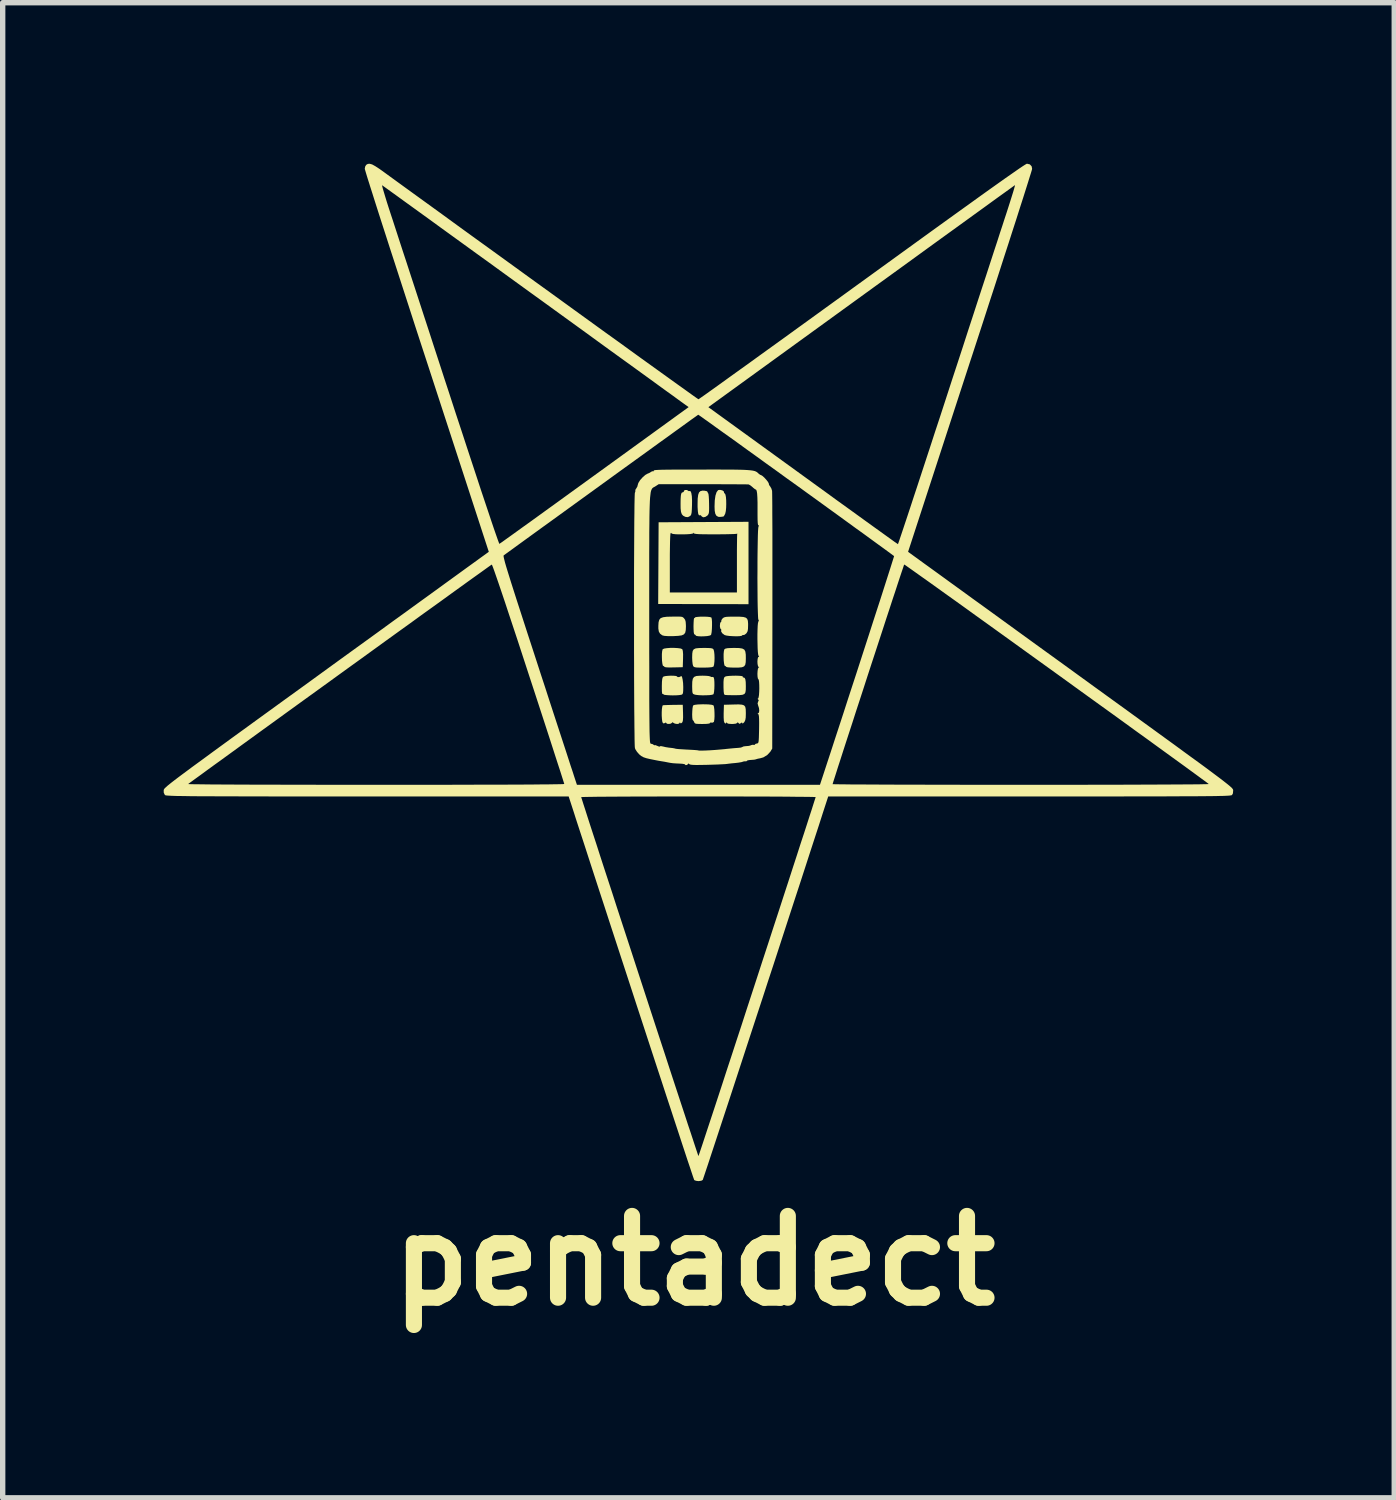
<source format=kicad_pcb>
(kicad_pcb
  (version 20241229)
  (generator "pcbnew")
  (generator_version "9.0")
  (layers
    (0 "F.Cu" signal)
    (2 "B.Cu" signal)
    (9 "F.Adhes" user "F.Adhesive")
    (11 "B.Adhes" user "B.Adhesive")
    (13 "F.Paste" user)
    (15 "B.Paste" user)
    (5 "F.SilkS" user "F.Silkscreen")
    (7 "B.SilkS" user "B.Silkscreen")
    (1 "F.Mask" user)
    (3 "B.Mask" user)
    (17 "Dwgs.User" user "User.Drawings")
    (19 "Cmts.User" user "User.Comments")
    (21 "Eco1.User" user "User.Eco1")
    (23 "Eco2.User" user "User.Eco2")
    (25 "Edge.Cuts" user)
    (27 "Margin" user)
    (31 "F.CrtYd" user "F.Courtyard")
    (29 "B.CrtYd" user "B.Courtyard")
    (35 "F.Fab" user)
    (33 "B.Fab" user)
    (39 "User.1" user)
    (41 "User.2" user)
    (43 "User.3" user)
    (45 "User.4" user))
  (footprint "pentadect"
    (layer "F.Cu")
    (at 9.963 9.439)
    (property "Reference" "pentadect" (at -0.076 11 0) (layer "F.SilkS") (effects (font (size 1.524 1.524) (thickness 0.3))))
    (attr board_only exclude_from_pos_files exclude_from_bom)
    (fp_poly (pts (xy -0.387 -0.414) (xy -0.334 -0.407) (xy -0.303 -0.395) (xy -0.301 -0.393) (xy -0.291 -0.362) (xy -0.286 -0.301) (xy -0.287 -0.214) (xy -0.292 -0.058) (xy -0.463 -0.054) (xy -0.548 -0.053) (xy -0.605 -0.056) (xy -0.632 -0.063) (xy -0.633 -0.066) (xy -0.646 -0.079) (xy -0.654 -0.079) (xy -0.665 -0.092) (xy -0.673 -0.13) (xy -0.679 -0.183) (xy -0.681 -0.245) (xy -0.681 -0.305) (xy -0.676 -0.356) (xy -0.668 -0.389) (xy -0.665 -0.393) (xy -0.639 -0.405) (xy -0.588 -0.413) (xy -0.523 -0.418) (xy -0.453 -0.418)) (stroke (width 0) (type solid)) (fill yes) (layer "F.SilkS"))
    (fp_poly (pts (xy 0.448 -3.351) (xy 0.472 -3.334) (xy 0.476 -3.318) (xy 0.48 -3.301) (xy 0.492 -3.294) (xy 0.503 -3.274) (xy 0.512 -3.229) (xy 0.517 -3.167) (xy 0.518 -3.097) (xy 0.516 -3.028) (xy 0.51 -2.967) (xy 0.5 -2.923) (xy 0.496 -2.912) (xy 0.48 -2.883) (xy 0.475 -2.872) (xy 0.461 -2.865) (xy 0.428 -2.86) (xy 0.391 -2.858) (xy 0.367 -2.861) (xy 0.334 -2.881) (xy 0.314 -2.917) (xy 0.303 -2.973) (xy 0.3 -3.052) (xy 0.304 -3.165) (xy 0.317 -3.255) (xy 0.338 -3.32) (xy 0.365 -3.355) (xy 0.376 -3.36) (xy 0.412 -3.361)) (stroke (width 0) (type solid)) (fill yes) (layer "F.SilkS"))
    (fp_poly (pts (xy 0.756 -0.415) (xy 0.816 -0.406) (xy 0.854 -0.386) (xy 0.874 -0.349) (xy 0.882 -0.292) (xy 0.883 -0.225) (xy 0.881 -0.152) (xy 0.872 -0.103) (xy 0.85 -0.073) (xy 0.811 -0.057) (xy 0.748 -0.051) (xy 0.677 -0.05) (xy 0.602 -0.052) (xy 0.548 -0.056) (xy 0.519 -0.063) (xy 0.517 -0.067) (xy 0.504 -0.079) (xy 0.496 -0.079) (xy 0.485 -0.092) (xy 0.477 -0.13) (xy 0.471 -0.183) (xy 0.469 -0.245) (xy 0.469 -0.305) (xy 0.474 -0.356) (xy 0.482 -0.389) (xy 0.485 -0.393) (xy 0.505 -0.405) (xy 0.547 -0.413) (xy 0.614 -0.416) (xy 0.668 -0.417)) (stroke (width 0) (type solid)) (fill yes) (layer "F.SilkS"))
    (fp_poly (pts (xy -0.327 -0.999) (xy -0.303 -0.995) (xy -0.288 -0.987) (xy -0.274 -0.975) (xy -0.267 -0.967) (xy -0.248 -0.941) (xy -0.238 -0.904) (xy -0.234 -0.848) (xy -0.233 -0.819) (xy -0.236 -0.75) (xy -0.246 -0.702) (xy -0.27 -0.67) (xy -0.312 -0.651) (xy -0.377 -0.642) (xy -0.47 -0.637) (xy -0.473 -0.637) (xy -0.568 -0.637) (xy -0.636 -0.642) (xy -0.674 -0.652) (xy -0.675 -0.653) (xy -0.715 -0.683) (xy -0.738 -0.722) (xy -0.747 -0.778) (xy -0.747 -0.829) (xy -0.743 -0.895) (xy -0.73 -0.942) (xy -0.704 -0.972) (xy -0.658 -0.989) (xy -0.589 -0.998) (xy -0.508 -1) (xy -0.423 -1.001) (xy -0.364 -1.001)) (stroke (width 0) (type solid)) (fill yes) (layer "F.SilkS"))
    (fp_poly (pts (xy -0.2 -3.35) (xy -0.178 -3.338) (xy -0.168 -3.341) (xy -0.148 -3.338) (xy -0.133 -3.305) (xy -0.123 -3.244) (xy -0.119 -3.158) (xy -0.12 -3.078) (xy -0.123 -2.996) (xy -0.127 -2.941) (xy -0.134 -2.906) (xy -0.145 -2.885) (xy -0.157 -2.874) (xy -0.196 -2.854) (xy -0.235 -2.857) (xy -0.25 -2.862) (xy -0.286 -2.881) (xy -0.31 -2.909) (xy -0.325 -2.952) (xy -0.332 -3.017) (xy -0.333 -3.098) (xy -0.332 -3.189) (xy -0.328 -3.252) (xy -0.321 -3.29) (xy -0.309 -3.311) (xy -0.291 -3.317) (xy -0.289 -3.317) (xy -0.273 -3.325) (xy -0.274 -3.332) (xy -0.269 -3.348) (xy -0.248 -3.359) (xy -0.213 -3.36)) (stroke (width 0) (type solid)) (fill yes) (layer "F.SilkS"))
    (fp_poly (pts (xy 0.109 -3.347) (xy 0.154 -3.338) (xy 0.171 -3.323) (xy 0.171 -3.321) (xy 0.176 -3.302) (xy 0.181 -3.3) (xy 0.187 -3.284) (xy 0.192 -3.242) (xy 0.196 -3.18) (xy 0.198 -3.109) (xy 0.199 -3.026) (xy 0.198 -2.968) (xy 0.194 -2.931) (xy 0.185 -2.907) (xy 0.171 -2.888) (xy 0.168 -2.884) (xy 0.128 -2.858) (xy 0.089 -2.851) (xy 0.061 -2.867) (xy 0.056 -2.875) (xy 0.04 -2.891) (xy 0.03 -2.889) (xy 0.011 -2.888) (xy -0.003 -2.912) (xy -0.011 -2.963) (xy -0.016 -3.044) (xy -0.016 -3.1) (xy -0.014 -3.199) (xy -0.005 -3.269) (xy 0.011 -3.314) (xy 0.038 -3.339) (xy 0.078 -3.348)) (stroke (width 0) (type solid)) (fill yes) (layer "F.SilkS"))
    (fp_poly (pts (xy 0.177 -0.416) (xy 0.227 -0.413) (xy 0.258 -0.407) (xy 0.275 -0.396) (xy 0.283 -0.384) (xy 0.292 -0.349) (xy 0.298 -0.295) (xy 0.3 -0.23) (xy 0.298 -0.165) (xy 0.292 -0.11) (xy 0.283 -0.075) (xy 0.28 -0.07) (xy 0.251 -0.059) (xy 0.192 -0.053) (xy 0.103 -0.05) (xy 0.089 -0.05) (xy 0.011 -0.051) (xy -0.041 -0.053) (xy -0.072 -0.059) (xy -0.09 -0.069) (xy -0.099 -0.082) (xy -0.108 -0.114) (xy -0.114 -0.168) (xy -0.117 -0.233) (xy -0.117 -0.239) (xy -0.115 -0.312) (xy -0.107 -0.361) (xy -0.087 -0.392) (xy -0.049 -0.409) (xy 0.011 -0.415) (xy 0.099 -0.417) (xy 0.101 -0.417)) (stroke (width 0) (type solid)) (fill yes) (layer "F.SilkS"))
    (fp_poly (pts (xy 0.144 0.102) (xy 0.194 0.107) (xy 0.222 0.115) (xy 0.225 0.117) (xy 0.246 0.126) (xy 0.253 0.123) (xy 0.275 0.125) (xy 0.285 0.135) (xy 0.293 0.164) (xy 0.297 0.216) (xy 0.298 0.279) (xy 0.296 0.344) (xy 0.291 0.401) (xy 0.283 0.438) (xy 0.279 0.446) (xy 0.256 0.455) (xy 0.208 0.462) (xy 0.144 0.465) (xy 0.075 0.466) (xy 0.008 0.463) (xy -0.048 0.457) (xy -0.079 0.449) (xy -0.098 0.44) (xy -0.109 0.423) (xy -0.114 0.392) (xy -0.116 0.34) (xy -0.117 0.295) (xy -0.115 0.212) (xy -0.105 0.157) (xy -0.081 0.123) (xy -0.039 0.106) (xy 0.028 0.101) (xy 0.079 0.1)) (stroke (width 0) (type solid)) (fill yes) (layer "F.SilkS"))
    (fp_poly (pts (xy 0.756 0.102) (xy 0.8 0.106) (xy 0.824 0.112) (xy 0.825 0.117) (xy 0.828 0.131) (xy 0.839 0.133) (xy 0.86 0.141) (xy 0.874 0.168) (xy 0.881 0.218) (xy 0.883 0.294) (xy 0.882 0.365) (xy 0.875 0.412) (xy 0.857 0.441) (xy 0.821 0.456) (xy 0.764 0.462) (xy 0.68 0.464) (xy 0.606 0.463) (xy 0.544 0.462) (xy 0.501 0.459) (xy 0.487 0.456) (xy 0.476 0.438) (xy 0.47 0.393) (xy 0.467 0.318) (xy 0.467 0.291) (xy 0.467 0.216) (xy 0.471 0.168) (xy 0.477 0.14) (xy 0.489 0.124) (xy 0.499 0.117) (xy 0.528 0.109) (xy 0.576 0.104) (xy 0.636 0.101) (xy 0.699 0.1)) (stroke (width 0) (type solid)) (fill yes) (layer "F.SilkS"))
    (fp_poly (pts (xy 0.163 -0.998) (xy 0.211 -0.993) (xy 0.239 -0.985) (xy 0.242 -0.982) (xy 0.249 -0.953) (xy 0.253 -0.902) (xy 0.253 -0.838) (xy 0.251 -0.771) (xy 0.246 -0.712) (xy 0.238 -0.67) (xy 0.233 -0.658) (xy 0.209 -0.647) (xy 0.164 -0.638) (xy 0.108 -0.634) (xy 0.049 -0.632) (xy -0.003 -0.635) (xy -0.039 -0.641) (xy -0.05 -0.65) (xy -0.063 -0.665) (xy -0.071 -0.667) (xy -0.081 -0.677) (xy -0.088 -0.711) (xy -0.091 -0.772) (xy -0.092 -0.823) (xy -0.09 -0.89) (xy -0.087 -0.941) (xy -0.082 -0.969) (xy -0.079 -0.972) (xy -0.067 -0.977) (xy -0.067 -0.982) (xy -0.052 -0.991) (xy -0.012 -0.996) (xy 0.043 -1) (xy 0.104 -1)) (stroke (width 0) (type solid)) (fill yes) (layer "F.SilkS"))
    (fp_poly (pts (xy 0.183 0.635) (xy 0.246 0.642) (xy 0.278 0.652) (xy 0.28 0.653) (xy 0.289 0.679) (xy 0.296 0.728) (xy 0.299 0.789) (xy 0.3 0.854) (xy 0.297 0.912) (xy 0.29 0.953) (xy 0.286 0.963) (xy 0.261 0.976) (xy 0.244 0.974) (xy 0.221 0.973) (xy 0.217 0.982) (xy 0.2 0.992) (xy 0.152 0.998) (xy 0.073 1) (xy 0.004 0.999) (xy -0.04 0.996) (xy -0.064 0.989) (xy -0.075 0.976) (xy -0.079 0.967) (xy -0.092 0.94) (xy -0.102 0.933) (xy -0.11 0.918) (xy -0.115 0.879) (xy -0.117 0.826) (xy -0.115 0.767) (xy -0.111 0.712) (xy -0.104 0.671) (xy -0.097 0.653) (xy -0.068 0.643) (xy -0.009 0.636) (xy 0.079 0.633) (xy 0.092 0.633)) (stroke (width 0) (type solid)) (fill yes) (layer "F.SilkS"))
    (fp_poly (pts (xy -0.287 0.796) (xy -0.286 0.876) (xy -0.289 0.93) (xy -0.297 0.962) (xy -0.306 0.975) (xy -0.328 0.99) (xy -0.339 0.979) (xy -0.347 0.967) (xy -0.349 0.979) (xy -0.364 0.994) (xy -0.397 1) (xy -0.439 0.993) (xy -0.465 0.979) (xy -0.485 0.967) (xy -0.495 0.979) (xy -0.514 0.993) (xy -0.547 0.999) (xy -0.58 0.997) (xy -0.599 0.985) (xy -0.6 0.981) (xy -0.607 0.971) (xy -0.622 0.981) (xy -0.648 0.99) (xy -0.664 0.98) (xy -0.674 0.954) (xy -0.68 0.907) (xy -0.684 0.847) (xy -0.684 0.782) (xy -0.681 0.722) (xy -0.674 0.676) (xy -0.665 0.652) (xy -0.662 0.651) (xy -0.638 0.649) (xy -0.588 0.647) (xy -0.521 0.645) (xy -0.467 0.644) (xy -0.292 0.642)) (stroke (width 0) (type solid)) (fill yes) (layer "F.SilkS"))
    (fp_poly (pts (xy 0.811 0.64) (xy 0.85 0.653) (xy 0.872 0.68) (xy 0.881 0.724) (xy 0.883 0.79) (xy 0.883 0.81) (xy 0.881 0.88) (xy 0.873 0.927) (xy 0.858 0.959) (xy 0.851 0.969) (xy 0.827 0.991) (xy 0.817 0.987) (xy 0.817 0.985) (xy 0.812 0.971) (xy 0.794 0.981) (xy 0.79 0.984) (xy 0.766 0.998) (xy 0.748 0.984) (xy 0.747 0.982) (xy 0.732 0.968) (xy 0.722 0.979) (xy 0.7 0.993) (xy 0.65 0.999) (xy 0.624 1) (xy 0.564 0.996) (xy 0.536 0.986) (xy 0.533 0.979) (xy 0.529 0.967) (xy 0.519 0.98) (xy 0.504 0.993) (xy 0.485 0.977) (xy 0.474 0.944) (xy 0.47 0.879) (xy 0.47 0.798) (xy 0.475 0.642) (xy 0.658 0.637) (xy 0.748 0.635)) (stroke (width 0) (type solid)) (fill yes) (layer "F.SilkS"))
    (fp_poly (pts (xy -0.463 0.101) (xy -0.421 0.105) (xy -0.401 0.112) (xy -0.4 0.114) (xy -0.387 0.126) (xy -0.36 0.126) (xy -0.335 0.116) (xy -0.33 0.111) (xy -0.317 0.106) (xy -0.304 0.13) (xy -0.294 0.175) (xy -0.286 0.237) (xy -0.283 0.311) (xy -0.283 0.316) (xy -0.284 0.382) (xy -0.288 0.421) (xy -0.296 0.443) (xy -0.311 0.453) (xy -0.321 0.456) (xy -0.361 0.462) (xy -0.417 0.466) (xy -0.481 0.467) (xy -0.545 0.465) (xy -0.6 0.461) (xy -0.638 0.456) (xy -0.65 0.449) (xy -0.66 0.439) (xy -0.668 0.442) (xy -0.676 0.433) (xy -0.681 0.393) (xy -0.682 0.321) (xy -0.682 0.293) (xy -0.68 0.216) (xy -0.675 0.166) (xy -0.668 0.137) (xy -0.656 0.12) (xy -0.649 0.116) (xy -0.619 0.108) (xy -0.572 0.103) (xy -0.516 0.1)) (stroke (width 0) (type solid)) (fill yes) (layer "F.SilkS"))
    (fp_poly (pts (xy 0.769 -0.999) (xy 0.837 -0.994) (xy 0.882 -0.981) (xy 0.908 -0.959) (xy 0.921 -0.922) (xy 0.925 -0.869) (xy 0.925 -0.838) (xy 0.923 -0.772) (xy 0.916 -0.729) (xy 0.9 -0.699) (xy 0.889 -0.685) (xy 0.859 -0.662) (xy 0.836 -0.657) (xy 0.835 -0.658) (xy 0.818 -0.657) (xy 0.817 -0.651) (xy 0.802 -0.642) (xy 0.762 -0.636) (xy 0.706 -0.634) (xy 0.642 -0.636) (xy 0.579 -0.64) (xy 0.525 -0.647) (xy 0.488 -0.657) (xy 0.485 -0.659) (xy 0.444 -0.69) (xy 0.423 -0.724) (xy 0.425 -0.75) (xy 0.424 -0.765) (xy 0.418 -0.767) (xy 0.407 -0.781) (xy 0.4 -0.818) (xy 0.4 -0.833) (xy 0.404 -0.875) (xy 0.414 -0.898) (xy 0.418 -0.9) (xy 0.428 -0.91) (xy 0.425 -0.916) (xy 0.429 -0.938) (xy 0.449 -0.966) (xy 0.468 -0.981) (xy 0.492 -0.991) (xy 0.528 -0.997) (xy 0.584 -0.999) (xy 0.665 -1) (xy 0.672 -1)) (stroke (width 0) (type solid)) (fill yes) (layer "F.SilkS"))
    (fp_poly (pts (xy 0.933 -1.232) (xy -0.75 -1.236) (xy -0.749 -1.45) (xy -0.533 -1.45) (xy 0.717 -1.45) (xy 0.717 -1.982) (xy 0.717 -2.113) (xy 0.717 -2.233) (xy 0.718 -2.339) (xy 0.719 -2.426) (xy 0.72 -2.491) (xy 0.722 -2.529) (xy 0.722 -2.536) (xy 0.724 -2.549) (xy 0.721 -2.546) (xy 0.703 -2.542) (xy 0.656 -2.539) (xy 0.586 -2.537) (xy 0.496 -2.535) (xy 0.391 -2.534) (xy 0.315 -2.533) (xy 0.183 -2.534) (xy 0.082 -2.535) (xy 0.007 -2.537) (xy -0.043 -2.541) (xy -0.073 -2.546) (xy -0.084 -2.552) (xy -0.085 -2.554) (xy -0.088 -2.566) (xy -0.094 -2.554) (xy -0.113 -2.546) (xy -0.156 -2.539) (xy -0.216 -2.535) (xy -0.286 -2.533) (xy -0.356 -2.533) (xy -0.42 -2.535) (xy -0.469 -2.54) (xy -0.497 -2.547) (xy -0.5 -2.551) (xy -0.51 -2.561) (xy -0.517 -2.558) (xy -0.522 -2.539) (xy -0.526 -2.487) (xy -0.529 -2.405) (xy -0.531 -2.295) (xy -0.533 -2.158) (xy -0.533 -1.999) (xy -0.533 -1.45) (xy -0.749 -1.45) (xy -0.746 -1.997) (xy -0.742 -2.758) (xy 0.933 -2.767)) (stroke (width 0) (type solid)) (fill yes) (layer "F.SilkS"))
    (fp_poly (pts (xy 0.467 -3.74) (xy 0.611 -3.74) (xy 0.73 -3.738) (xy 0.827 -3.736) (xy 0.904 -3.732) (xy 0.965 -3.727) (xy 1.011 -3.721) (xy 1.046 -3.713) (xy 1.072 -3.703) (xy 1.092 -3.691) (xy 1.109 -3.676) (xy 1.117 -3.668) (xy 1.148 -3.644) (xy 1.167 -3.637) (xy 1.191 -3.623) (xy 1.226 -3.592) (xy 1.262 -3.553) (xy 1.293 -3.514) (xy 1.31 -3.484) (xy 1.311 -3.475) (xy 1.317 -3.452) (xy 1.335 -3.428) (xy 1.358 -3.389) (xy 1.372 -3.345) (xy 1.373 -3.322) (xy 1.374 -3.268) (xy 1.375 -3.184) (xy 1.376 -3.073) (xy 1.376 -2.936) (xy 1.377 -2.776) (xy 1.378 -2.594) (xy 1.378 -2.392) (xy 1.378 -2.172) (xy 1.378 -1.936) (xy 1.378 -1.686) (xy 1.378 -1.423) (xy 1.378 -1.151) (xy 1.378 -0.917) (xy 1.375 1.458) (xy 1.339 1.517) (xy 1.283 1.577) (xy 1.21 1.622) (xy 1.15 1.639) (xy 1.107 1.647) (xy 1.083 1.654) (xy 1.064 1.66) (xy 1.04 1.665) (xy 1.001 1.668) (xy 0.95 1.672) (xy 0.915 1.678) (xy 0.9 1.689) (xy 0.9 1.689) (xy 0.888 1.697) (xy 0.879 1.695) (xy 0.848 1.696) (xy 0.83 1.702) (xy 0.8 1.711) (xy 0.747 1.72) (xy 0.688 1.727) (xy 0.622 1.733) (xy 0.562 1.74) (xy 0.525 1.745) (xy 0.493 1.748) (xy 0.433 1.751) (xy 0.353 1.755) (xy 0.259 1.758) (xy 0.16 1.761) (xy 0.044 1.763) (xy -0.042 1.764) (xy -0.103 1.762) (xy -0.142 1.758) (xy -0.164 1.752) (xy -0.171 1.747) (xy -0.186 1.734) (xy -0.194 1.746) (xy -0.212 1.762) (xy -0.236 1.767) (xy -0.25 1.757) (xy -0.25 1.754) (xy -0.265 1.747) (xy -0.303 1.741) (xy -0.333 1.739) (xy -0.415 1.735) (xy -0.475 1.731) (xy -0.526 1.724) (xy -0.579 1.714) (xy -0.583 1.713) (xy -0.64 1.702) (xy -0.69 1.694) (xy -0.702 1.692) (xy -0.738 1.686) (xy -0.796 1.675) (xy -0.865 1.661) (xy -0.891 1.656) (xy -0.969 1.638) (xy -1.023 1.62) (xy -1.065 1.597) (xy -1.102 1.567) (xy -1.144 1.52) (xy -1.175 1.471) (xy -1.183 1.45) (xy -1.186 1.426) (xy -1.188 1.371) (xy -1.19 1.288) (xy -1.191 1.179) (xy -1.193 1.046) (xy -1.194 0.892) (xy -1.196 0.719) (xy -1.197 0.529) (xy -1.198 0.324) (xy -1.199 0.107) (xy -1.199 -0.12) (xy -1.2 -0.355) (xy -1.2 -0.595) (xy -1.2 -0.838) (xy -1.2 -1.082) (xy -1.2 -1.325) (xy -1.2 -1.564) (xy -1.2 -1.705) (xy -0.917 -1.705) (xy -0.917 -1.42) (xy -0.917 -1.103) (xy -0.917 -0.954) (xy -0.917 -0.63) (xy -0.917 -0.337) (xy -0.916 -0.074) (xy -0.916 0.16) (xy -0.916 0.368) (xy -0.916 0.55) (xy -0.915 0.709) (xy -0.914 0.846) (xy -0.913 0.962) (xy -0.912 1.06) (xy -0.911 1.141) (xy -0.909 1.206) (xy -0.907 1.257) (xy -0.905 1.296) (xy -0.903 1.325) (xy -0.9 1.345) (xy -0.897 1.357) (xy -0.893 1.364) (xy -0.889 1.366) (xy -0.887 1.367) (xy -0.85 1.377) (xy -0.837 1.387) (xy -0.82 1.398) (xy -0.817 1.395) (xy -0.804 1.393) (xy -0.773 1.405) (xy -0.767 1.408) (xy -0.734 1.421) (xy -0.717 1.42) (xy -0.717 1.418) (xy -0.703 1.411) (xy -0.664 1.419) (xy -0.662 1.419) (xy -0.612 1.431) (xy -0.549 1.441) (xy -0.528 1.443) (xy -0.477 1.449) (xy -0.441 1.456) (xy -0.433 1.459) (xy -0.411 1.463) (xy -0.364 1.468) (xy -0.297 1.472) (xy -0.217 1.477) (xy -0.213 1.477) (xy -0.134 1.481) (xy -0.068 1.485) (xy -0.022 1.489) (xy -0.001 1.493) (xy -0.001 1.493) (xy 0.019 1.496) (xy 0.066 1.496) (xy 0.134 1.494) (xy 0.217 1.49) (xy 0.308 1.484) (xy 0.403 1.476) (xy 0.494 1.468) (xy 0.517 1.465) (xy 0.596 1.457) (xy 0.67 1.45) (xy 0.727 1.446) (xy 0.75 1.444) (xy 0.792 1.439) (xy 0.817 1.429) (xy 0.819 1.428) (xy 0.841 1.418) (xy 0.882 1.413) (xy 0.894 1.412) (xy 0.941 1.408) (xy 0.975 1.398) (xy 0.979 1.395) (xy 1.011 1.387) (xy 1.025 1.389) (xy 1.046 1.39) (xy 1.05 1.384) (xy 1.064 1.37) (xy 1.087 1.364) (xy 1.102 1.361) (xy 1.112 1.353) (xy 1.119 1.335) (xy 1.123 1.303) (xy 1.126 1.251) (xy 1.128 1.174) (xy 1.13 1.093) (xy 1.131 0.986) (xy 1.13 0.908) (xy 1.127 0.856) (xy 1.121 0.826) (xy 1.113 0.814) (xy 1.1 0.803) (xy 1.113 0.8) (xy 1.128 0.786) (xy 1.133 0.75) (xy 1.128 0.704) (xy 1.113 0.658) (xy 1.102 0.616) (xy 1.113 0.583) (xy 1.124 0.556) (xy 1.112 0.543) (xy 1.101 0.532) (xy 1.113 0.524) (xy 1.121 0.504) (xy 1.128 0.461) (xy 1.132 0.403) (xy 1.134 0.337) (xy 1.133 0.272) (xy 1.13 0.217) (xy 1.124 0.179) (xy 1.117 0.167) (xy 1.107 0.152) (xy 1.101 0.115) (xy 1.099 0.065) (xy 1.102 0.014) (xy 1.108 -0.027) (xy 1.118 -0.05) (xy 1.121 -0.051) (xy 1.133 -0.055) (xy 1.121 -0.061) (xy 1.109 -0.081) (xy 1.101 -0.12) (xy 1.099 -0.167) (xy 1.103 -0.212) (xy 1.111 -0.243) (xy 1.12 -0.25) (xy 1.132 -0.255) (xy 1.12 -0.27) (xy 1.113 -0.293) (xy 1.107 -0.342) (xy 1.103 -0.411) (xy 1.101 -0.494) (xy 1.099 -0.583) (xy 1.099 -0.673) (xy 1.101 -0.756) (xy 1.104 -0.828) (xy 1.109 -0.88) (xy 1.116 -0.907) (xy 1.117 -0.909) (xy 1.126 -0.927) (xy 1.118 -0.941) (xy 1.113 -0.962) (xy 1.11 -1.013) (xy 1.107 -1.089) (xy 1.104 -1.187) (xy 1.102 -1.303) (xy 1.101 -1.433) (xy 1.1 -1.573) (xy 1.099 -1.719) (xy 1.1 -1.867) (xy 1.1 -2.014) (xy 1.101 -2.156) (xy 1.103 -2.288) (xy 1.105 -2.408) (xy 1.107 -2.51) (xy 1.11 -2.591) (xy 1.114 -2.648) (xy 1.118 -2.676) (xy 1.119 -2.678) (xy 1.129 -2.696) (xy 1.118 -2.7) (xy 1.11 -2.711) (xy 1.105 -2.744) (xy 1.102 -2.803) (xy 1.101 -2.891) (xy 1.101 -2.987) (xy 1.101 -3.121) (xy 1.098 -3.224) (xy 1.093 -3.297) (xy 1.085 -3.343) (xy 1.075 -3.365) (xy 1.069 -3.367) (xy 1.051 -3.377) (xy 1.019 -3.402) (xy 1.008 -3.413) (xy 0.971 -3.443) (xy 0.941 -3.461) (xy 0.936 -3.463) (xy 0.916 -3.464) (xy 0.865 -3.465) (xy 0.788 -3.465) (xy 0.687 -3.466) (xy 0.566 -3.467) (xy 0.428 -3.467) (xy 0.276 -3.468) (xy 0.114 -3.468) (xy 0.088 -3.468) (xy -0.74 -3.468) (xy -0.799 -3.43) (xy -0.815 -3.42) (xy -0.83 -3.413) (xy -0.843 -3.405) (xy -0.855 -3.396) (xy -0.865 -3.383) (xy -0.874 -3.366) (xy -0.883 -3.343) (xy -0.89 -3.311) (xy -0.895 -3.269) (xy -0.901 -3.217) (xy -0.905 -3.151) (xy -0.908 -3.071) (xy -0.911 -2.974) (xy -0.913 -2.86) (xy -0.914 -2.726) (xy -0.916 -2.57) (xy -0.916 -2.392) (xy -0.917 -2.19) (xy -0.917 -1.962) (xy -0.917 -1.705) (xy -1.2 -1.705) (xy -1.2 -1.797) (xy -1.199 -2.022) (xy -1.198 -2.236) (xy -1.197 -2.437) (xy -1.196 -2.623) (xy -1.195 -2.791) (xy -1.193 -2.94) (xy -1.192 -3.067) (xy -1.19 -3.169) (xy -1.188 -3.245) (xy -1.186 -3.292) (xy -1.184 -3.308) (xy -1.175 -3.33) (xy -1.177 -3.34) (xy -1.173 -3.368) (xy -1.159 -3.388) (xy -1.138 -3.424) (xy -1.133 -3.446) (xy -1.12 -3.49) (xy -1.087 -3.543) (xy -1.041 -3.595) (xy -0.99 -3.64) (xy -0.942 -3.667) (xy -0.931 -3.67) (xy -0.9 -3.685) (xy -0.887 -3.696) (xy -0.86 -3.709) (xy -0.849 -3.708) (xy -0.834 -3.709) (xy -0.833 -3.715) (xy -0.833 -3.72) (xy -0.829 -3.724) (xy -0.82 -3.728) (xy -0.802 -3.731) (xy -0.774 -3.733) (xy -0.733 -3.735) (xy -0.675 -3.737) (xy -0.599 -3.738) (xy -0.502 -3.739) (xy -0.382 -3.739) (xy -0.235 -3.74) (xy -0.059 -3.74) (xy 0.092 -3.74) (xy 0.294 -3.741)) (stroke (width 0) (type solid)) (fill yes) (layer "F.SilkS"))
    (fp_poly (pts (xy 6.175 -9.426) (xy 6.208 -9.39) (xy 6.217 -9.344) (xy 6.212 -9.323) (xy 6.197 -9.272) (xy 6.172 -9.193) (xy 6.139 -9.086) (xy 6.097 -8.953) (xy 6.047 -8.795) (xy 5.989 -8.615) (xy 5.925 -8.413) (xy 5.853 -8.191) (xy 5.776 -7.951) (xy 5.692 -7.693) (xy 5.604 -7.419) (xy 5.511 -7.131) (xy 5.413 -6.831) (xy 5.312 -6.518) (xy 5.207 -6.196) (xy 5.099 -5.865) (xy 5.061 -5.75) (xy 3.906 -2.208) (xy 4.049 -2.104) (xy 4.076 -2.085) (xy 4.129 -2.046) (xy 4.206 -1.99) (xy 4.306 -1.918) (xy 4.429 -1.829) (xy 4.571 -1.726) (xy 4.732 -1.609) (xy 4.912 -1.479) (xy 5.107 -1.337) (xy 5.318 -1.185) (xy 5.543 -1.022) (xy 5.78 -0.85) (xy 6.028 -0.67) (xy 6.286 -0.483) (xy 6.553 -0.29) (xy 6.827 -0.092) (xy 7.075 0.088) (xy 7.403 0.326) (xy 7.706 0.545) (xy 7.984 0.746) (xy 8.237 0.93) (xy 8.469 1.098) (xy 8.678 1.25) (xy 8.867 1.387) (xy 9.036 1.511) (xy 9.187 1.621) (xy 9.321 1.718) (xy 9.438 1.804) (xy 9.54 1.88) (xy 9.627 1.945) (xy 9.702 2.001) (xy 9.765 2.049) (xy 9.816 2.089) (xy 9.858 2.122) (xy 9.891 2.149) (xy 9.916 2.171) (xy 9.935 2.188) (xy 9.947 2.202) (xy 9.955 2.213) (xy 9.96 2.222) (xy 9.962 2.229) (xy 9.963 2.236) (xy 9.958 2.294) (xy 9.941 2.323) (xy 9.936 2.326) (xy 9.927 2.329) (xy 9.912 2.331) (xy 9.891 2.334) (xy 9.861 2.336) (xy 9.821 2.338) (xy 9.771 2.34) (xy 9.709 2.341) (xy 9.633 2.343) (xy 9.543 2.344) (xy 9.437 2.345) (xy 9.315 2.346) (xy 9.173 2.347) (xy 9.012 2.347) (xy 8.83 2.348) (xy 8.626 2.349) (xy 8.398 2.349) (xy 8.146 2.349) (xy 7.867 2.35) (xy 7.562 2.35) (xy 7.227 2.35) (xy 6.863 2.35) (xy 6.467 2.35) (xy 6.166 2.35) (xy 2.418 2.35) (xy 2.319 2.654) (xy 2.243 2.891) (xy 2.161 3.142) (xy 2.075 3.406) (xy 1.986 3.681) (xy 1.893 3.967) (xy 1.797 4.26) (xy 1.699 4.56) (xy 1.6 4.864) (xy 1.5 5.172) (xy 1.399 5.482) (xy 1.297 5.791) (xy 1.197 6.099) (xy 1.097 6.403) (xy 0.999 6.702) (xy 0.903 6.995) (xy 0.81 7.28) (xy 0.72 7.555) (xy 0.634 7.818) (xy 0.552 8.068) (xy 0.474 8.304) (xy 0.402 8.523) (xy 0.336 8.724) (xy 0.276 8.906) (xy 0.223 9.066) (xy 0.178 9.204) (xy 0.14 9.317) (xy 0.111 9.404) (xy 0.091 9.463) (xy 0.081 9.493) (xy 0.079 9.496) (xy 0.053 9.51) (xy 0.009 9.516) (xy 0 9.517) (xy -0.045 9.511) (xy -0.076 9.499) (xy -0.079 9.496) (xy -0.085 9.479) (xy -0.102 9.431) (xy -0.127 9.356) (xy -0.161 9.253) (xy -0.204 9.126) (xy -0.254 8.974) (xy -0.311 8.801) (xy -0.374 8.608) (xy -0.444 8.396) (xy -0.519 8.167) (xy -0.6 7.922) (xy -0.684 7.664) (xy -0.773 7.394) (xy -0.865 7.113) (xy -0.96 6.823) (xy -1.057 6.526) (xy -1.156 6.224) (xy -1.256 5.917) (xy -1.357 5.608) (xy -1.458 5.299) (xy -1.559 4.99) (xy -1.659 4.684) (xy -1.757 4.382) (xy -1.854 4.086) (xy -1.948 3.797) (xy -2.039 3.517) (xy -2.126 3.248) (xy -2.21 2.992) (xy -2.289 2.749) (xy -2.319 2.654) (xy -2.414 2.362) (xy -2.184 2.362) (xy -2.179 2.38) (xy -2.164 2.427) (xy -2.14 2.503) (xy -2.107 2.604) (xy -2.067 2.73) (xy -2.019 2.879) (xy -1.964 3.048) (xy -1.902 3.237) (xy -1.836 3.443) (xy -1.764 3.665) (xy -1.687 3.9) (xy -1.606 4.147) (xy -1.523 4.405) (xy -1.436 4.671) (xy -1.347 4.943) (xy -1.256 5.221) (xy -1.165 5.501) (xy -1.073 5.783) (xy -0.981 6.065) (xy -0.89 6.344) (xy -0.8 6.619) (xy -0.712 6.888) (xy -0.626 7.149) (xy -0.544 7.402) (xy -0.465 7.643) (xy -0.39 7.871) (xy -0.32 8.084) (xy -0.255 8.281) (xy -0.197 8.459) (xy -0.144 8.617) (xy -0.099 8.754) (xy -0.062 8.867) (xy -0.033 8.954) (xy -0.013 9.014) (xy -0.002 9.046) (xy 0 9.05) (xy 0.006 9.034) (xy 0.022 8.988) (xy 0.047 8.914) (xy 0.081 8.812) (xy 0.123 8.684) (xy 0.173 8.532) (xy 0.231 8.357) (xy 0.296 8.16) (xy 0.367 7.944) (xy 0.444 7.709) (xy 0.526 7.456) (xy 0.614 7.189) (xy 0.706 6.907) (xy 0.803 6.612) (xy 0.902 6.306) (xy 1.005 5.991) (xy 1.096 5.712) (xy 1.201 5.389) (xy 1.304 5.075) (xy 1.403 4.77) (xy 1.499 4.477) (xy 1.59 4.196) (xy 1.677 3.93) (xy 1.758 3.679) (xy 1.834 3.446) (xy 1.903 3.231) (xy 1.967 3.037) (xy 2.023 2.864) (xy 2.071 2.714) (xy 2.112 2.589) (xy 2.143 2.49) (xy 2.166 2.418) (xy 2.18 2.375) (xy 2.184 2.362) (xy 2.167 2.361) (xy 2.12 2.359) (xy 2.042 2.358) (xy 1.938 2.357) (xy 1.807 2.356) (xy 1.654 2.354) (xy 1.478 2.353) (xy 1.283 2.352) (xy 1.07 2.352) (xy 0.842 2.351) (xy 0.599 2.35) (xy 0.345 2.35) (xy 0.08 2.35) (xy 0 2.35) (xy -0.267 2.35) (xy -0.524 2.35) (xy -0.771 2.351) (xy -1.004 2.351) (xy -1.221 2.352) (xy -1.422 2.353) (xy -1.603 2.354) (xy -1.764 2.355) (xy -1.901 2.356) (xy -2.014 2.358) (xy -2.099 2.359) (xy -2.156 2.361) (xy -2.182 2.362) (xy -2.184 2.362) (xy -2.414 2.362) (xy -2.418 2.35) (xy -6.166 2.35) (xy -6.584 2.35) (xy -6.971 2.35) (xy -7.326 2.35) (xy -7.652 2.35) (xy -7.95 2.35) (xy -8.221 2.349) (xy -8.466 2.349) (xy -8.687 2.348) (xy -8.885 2.348) (xy -9.061 2.347) (xy -9.216 2.347) (xy -9.352 2.346) (xy -9.47 2.345) (xy -9.571 2.343) (xy -9.657 2.342) (xy -9.728 2.341) (xy -9.787 2.339) (xy -9.834 2.337) (xy -9.87 2.335) (xy -9.898 2.333) (xy -9.917 2.331) (xy -9.93 2.328) (xy -9.938 2.325) (xy -9.941 2.323) (xy -9.962 2.28) (xy -9.963 2.237) (xy -9.962 2.23) (xy -9.96 2.222) (xy -9.955 2.213) (xy -9.947 2.202) (xy -9.933 2.188) (xy -9.914 2.171) (xy -9.889 2.148) (xy -9.855 2.121) (xy -9.853 2.119) (xy -9.508 2.119) (xy -9.493 2.12) (xy -9.446 2.122) (xy -9.369 2.123) (xy -9.263 2.124) (xy -9.129 2.126) (xy -8.97 2.127) (xy -8.785 2.128) (xy -8.578 2.129) (xy -8.349 2.13) (xy -8.1 2.131) (xy -7.832 2.131) (xy -7.547 2.132) (xy -7.246 2.132) (xy -6.93 2.133) (xy -6.602 2.133) (xy -6.262 2.133) (xy -6.012 2.133) (xy -5.585 2.133) (xy -5.183 2.133) (xy -4.806 2.133) (xy -4.456 2.132) (xy -4.133 2.131) (xy -3.837 2.131) (xy -3.569 2.13) (xy -3.329 2.129) (xy -3.119 2.128) (xy -2.938 2.126) (xy -2.788 2.125) (xy -2.668 2.123) (xy -2.58 2.122) (xy -2.524 2.12) (xy -2.501 2.118) (xy -2.5 2.117) (xy -2.505 2.1) (xy -2.52 2.053) (xy -2.544 1.977) (xy -2.576 1.876) (xy -2.617 1.751) (xy -2.665 1.603) (xy -2.719 1.435) (xy -2.779 1.249) (xy -2.845 1.046) (xy -2.916 0.828) (xy -2.991 0.598) (xy -3.07 0.356) (xy -3.152 0.106) (xy -3.166 0.063) (xy -3.27 -0.255) (xy -3.366 -0.549) (xy -3.455 -0.817) (xy -3.535 -1.058) (xy -3.606 -1.273) (xy -3.669 -1.46) (xy -3.723 -1.619) (xy -3.768 -1.749) (xy -3.803 -1.85) (xy -3.829 -1.921) (xy -3.845 -1.961) (xy -3.851 -1.97) (xy -3.866 -1.96) (xy -3.906 -1.932) (xy -3.97 -1.886) (xy -4.056 -1.824) (xy -4.164 -1.747) (xy -4.291 -1.656) (xy -4.435 -1.552) (xy -4.596 -1.436) (xy -4.771 -1.309) (xy -4.96 -1.173) (xy -5.161 -1.029) (xy -5.371 -0.876) (xy -5.591 -0.718) (xy -5.817 -0.555) (xy -6.049 -0.387) (xy -6.285 -0.216) (xy -6.524 -0.044) (xy -6.763 0.129) (xy -7.002 0.302) (xy -7.239 0.473) (xy -7.473 0.642) (xy -7.701 0.807) (xy -7.923 0.968) (xy -8.136 1.122) (xy -8.34 1.27) (xy -8.532 1.409) (xy -8.712 1.54) (xy -8.877 1.66) (xy -9.027 1.768) (xy -9.159 1.864) (xy -9.272 1.947) (xy -9.365 2.014) (xy -9.436 2.066) (xy -9.484 2.101) (xy -9.506 2.118) (xy -9.508 2.119) (xy -9.853 2.119) (xy -9.813 2.087) (xy -9.761 2.047) (xy -9.698 1.999) (xy -9.623 1.943) (xy -9.534 1.877) (xy -9.432 1.801) (xy -9.314 1.715) (xy -9.18 1.617) (xy -9.029 1.506) (xy -8.86 1.383) (xy -8.671 1.245) (xy -8.461 1.093) (xy -8.23 0.925) (xy -7.976 0.741) (xy -7.699 0.54) (xy -7.397 0.322) (xy -7.069 0.084) (xy -7.017 0.046) (xy -6.736 -0.158) (xy -6.461 -0.357) (xy -6.194 -0.55) (xy -5.937 -0.736) (xy -5.69 -0.916) (xy -5.454 -1.086) (xy -5.231 -1.248) (xy -5.022 -1.399) (xy -4.829 -1.539) (xy -4.653 -1.667) (xy -4.494 -1.782) (xy -4.355 -1.883) (xy -4.236 -1.969) (xy -4.139 -2.039) (xy -4.065 -2.093) (xy -4.015 -2.129) (xy -4.008 -2.134) (xy -3.631 -2.134) (xy -3.63 -2.119) (xy -3.625 -2.093) (xy -3.616 -2.056) (xy -3.603 -2.005) (xy -3.584 -1.939) (xy -3.559 -1.857) (xy -3.528 -1.757) (xy -3.491 -1.638) (xy -3.446 -1.497) (xy -3.394 -1.334) (xy -3.333 -1.146) (xy -3.264 -0.933) (xy -3.186 -0.692) (xy -3.098 -0.423) (xy -3.017 -0.174) (xy -2.936 0.076) (xy -2.856 0.319) (xy -2.78 0.554) (xy -2.707 0.778) (xy -2.638 0.989) (xy -2.574 1.185) (xy -2.515 1.365) (xy -2.463 1.524) (xy -2.418 1.663) (xy -2.381 1.778) (xy -2.351 1.867) (xy -2.331 1.928) (xy -2.323 1.954) (xy -2.264 2.133) (xy 2.264 2.133) (xy 2.268 2.121) (xy 2.499 2.121) (xy 2.516 2.122) (xy 2.564 2.123) (xy 2.643 2.124) (xy 2.75 2.125) (xy 2.884 2.127) (xy 3.044 2.127) (xy 3.229 2.128) (xy 3.435 2.129) (xy 3.663 2.13) (xy 3.91 2.131) (xy 4.176 2.131) (xy 4.457 2.132) (xy 4.754 2.132) (xy 5.064 2.133) (xy 5.385 2.133) (xy 5.717 2.133) (xy 6.012 2.133) (xy 6.374 2.133) (xy 6.723 2.133) (xy 7.057 2.133) (xy 7.376 2.132) (xy 7.679 2.132) (xy 7.962 2.131) (xy 8.227 2.13) (xy 8.47 2.129) (xy 8.691 2.128) (xy 8.888 2.127) (xy 9.061 2.126) (xy 9.208 2.125) (xy 9.327 2.124) (xy 9.417 2.122) (xy 9.477 2.121) (xy 9.505 2.119) (xy 9.508 2.119) (xy 9.488 2.103) (xy 9.443 2.069) (xy 9.374 2.019) (xy 9.283 1.952) (xy 9.172 1.871) (xy 9.042 1.776) (xy 8.894 1.669) (xy 8.73 1.55) (xy 8.552 1.421) (xy 8.361 1.282) (xy 8.158 1.136) (xy 7.946 0.982) (xy 7.725 0.822) (xy 7.497 0.658) (xy 7.264 0.49) (xy 7.027 0.319) (xy 6.788 0.146) (xy 6.548 -0.027) (xy 6.309 -0.199) (xy 6.073 -0.369) (xy 5.84 -0.537) (xy 5.612 -0.701) (xy 5.391 -0.86) (xy 5.179 -1.012) (xy 4.977 -1.158) (xy 4.786 -1.295) (xy 4.608 -1.422) (xy 4.445 -1.539) (xy 4.297 -1.645) (xy 4.167 -1.737) (xy 4.056 -1.816) (xy 3.966 -1.88) (xy 3.898 -1.928) (xy 3.854 -1.959) (xy 3.834 -1.971) (xy 3.834 -1.972) (xy 3.827 -1.955) (xy 3.812 -1.908) (xy 3.787 -1.835) (xy 3.754 -1.736) (xy 3.714 -1.615) (xy 3.668 -1.474) (xy 3.615 -1.315) (xy 3.558 -1.14) (xy 3.496 -0.952) (xy 3.431 -0.752) (xy 3.363 -0.544) (xy 3.293 -0.33) (xy 3.221 -0.111) (xy 3.149 0.11) (xy 3.078 0.33) (xy 3.007 0.548) (xy 2.937 0.761) (xy 2.871 0.967) (xy 2.807 1.163) (xy 2.747 1.347) (xy 2.692 1.517) (xy 2.643 1.67) (xy 2.599 1.805) (xy 2.563 1.919) (xy 2.534 2.01) (xy 2.513 2.075) (xy 2.502 2.113) (xy 2.499 2.121) (xy 2.268 2.121) (xy 2.323 1.954) (xy 2.393 1.74) (xy 2.467 1.515) (xy 2.543 1.281) (xy 2.622 1.041) (xy 2.702 0.796) (xy 2.782 0.548) (xy 2.863 0.3) (xy 2.944 0.053) (xy 3.023 -0.191) (xy 3.1 -0.429) (xy 3.175 -0.66) (xy 3.246 -0.881) (xy 3.314 -1.091) (xy 3.378 -1.287) (xy 3.436 -1.468) (xy 3.488 -1.631) (xy 3.534 -1.775) (xy 3.573 -1.897) (xy 3.604 -1.995) (xy 3.627 -2.068) (xy 3.641 -2.113) (xy 3.645 -2.128) (xy 3.628 -2.141) (xy 3.586 -2.172) (xy 3.522 -2.219) (xy 3.436 -2.282) (xy 3.331 -2.358) (xy 3.209 -2.447) (xy 3.072 -2.547) (xy 2.92 -2.656) (xy 2.758 -2.774) (xy 2.586 -2.899) (xy 2.406 -3.029) (xy 2.22 -3.164) (xy 2.03 -3.301) (xy 1.838 -3.44) (xy 1.645 -3.578) (xy 1.455 -3.716) (xy 1.268 -3.85) (xy 1.087 -3.981) (xy 0.913 -4.106) (xy 0.749 -4.225) (xy 0.596 -4.335) (xy 0.455 -4.435) (xy 0.33 -4.525) (xy 0.222 -4.603) (xy 0.133 -4.666) (xy 0.065 -4.715) (xy 0.019 -4.747) (xy -0.002 -4.761) (xy -0.004 -4.762) (xy -0.018 -4.752) (xy -0.057 -4.724) (xy -0.121 -4.679) (xy -0.205 -4.618) (xy -0.31 -4.542) (xy -0.434 -4.453) (xy -0.573 -4.352) (xy -0.728 -4.241) (xy -0.896 -4.119) (xy -1.075 -3.99) (xy -1.263 -3.854) (xy -1.46 -3.712) (xy -1.663 -3.565) (xy -1.87 -3.415) (xy -2.08 -3.263) (xy -2.29 -3.111) (xy -2.5 -2.959) (xy -2.707 -2.809) (xy -2.911 -2.662) (xy -3.108 -2.519) (xy -3.297 -2.382) (xy -3.477 -2.251) (xy -3.629 -2.141) (xy -3.631 -2.134) (xy -4.008 -2.134) (xy -3.991 -2.146) (xy -3.99 -2.147) (xy -3.906 -2.208) (xy -5.061 -5.75) (xy -5.17 -6.083) (xy -5.276 -6.408) (xy -5.378 -6.724) (xy -5.477 -7.029) (xy -5.572 -7.322) (xy -5.662 -7.6) (xy -5.748 -7.864) (xy -5.827 -8.11) (xy -5.901 -8.339) (xy -5.968 -8.548) (xy -6.028 -8.736) (xy -6.08 -8.901) (xy -6.124 -9.038) (xy -5.894 -9.038) (xy -5.893 -9.025) (xy -5.883 -8.984) (xy -5.864 -8.919) (xy -5.838 -8.832) (xy -5.806 -8.727) (xy -5.768 -8.608) (xy -5.726 -8.479) (xy -5.7 -8.401) (xy -5.665 -8.293) (xy -5.621 -8.158) (xy -5.569 -7.997) (xy -5.509 -7.813) (xy -5.441 -7.607) (xy -5.368 -7.382) (xy -5.289 -7.141) (xy -5.205 -6.883) (xy -5.117 -6.613) (xy -5.025 -6.332) (xy -4.931 -6.042) (xy -4.834 -5.745) (xy -4.736 -5.443) (xy -4.636 -5.139) (xy -4.633 -5.129) (xy -4.521 -4.785) (xy -4.414 -4.461) (xy -4.314 -4.155) (xy -4.22 -3.87) (xy -4.133 -3.606) (xy -4.054 -3.365) (xy -3.981 -3.147) (xy -3.916 -2.953) (xy -3.86 -2.785) (xy -3.812 -2.643) (xy -3.772 -2.528) (xy -3.742 -2.442) (xy -3.721 -2.385) (xy -3.71 -2.358) (xy -3.708 -2.356) (xy -3.693 -2.367) (xy -3.652 -2.395) (xy -3.587 -2.442) (xy -3.5 -2.504) (xy -3.393 -2.581) (xy -3.267 -2.672) (xy -3.123 -2.775) (xy -2.964 -2.89) (xy -2.79 -3.016) (xy -2.604 -3.15) (xy -2.407 -3.293) (xy -2.201 -3.442) (xy -1.987 -3.597) (xy -1.937 -3.633) (xy -0.184 -4.903) (xy 0.185 -4.903) (xy 1.947 -3.627) (xy 2.162 -3.471) (xy 2.371 -3.32) (xy 2.57 -3.175) (xy 2.759 -3.039) (xy 2.935 -2.912) (xy 3.098 -2.794) (xy 3.245 -2.688) (xy 3.376 -2.594) (xy 3.487 -2.514) (xy 3.579 -2.448) (xy 3.648 -2.398) (xy 3.695 -2.366) (xy 3.716 -2.351) (xy 3.717 -2.35) (xy 3.723 -2.366) (xy 3.739 -2.411) (xy 3.764 -2.486) (xy 3.798 -2.587) (xy 3.84 -2.713) (xy 3.89 -2.863) (xy 3.947 -3.035) (xy 4.01 -3.228) (xy 4.08 -3.439) (xy 4.155 -3.668) (xy 4.235 -3.912) (xy 4.32 -4.171) (xy 4.408 -4.442) (xy 4.501 -4.723) (xy 4.596 -5.015) (xy 4.633 -5.129) (xy 4.732 -5.434) (xy 4.831 -5.735) (xy 4.928 -6.032) (xy 5.022 -6.323) (xy 5.114 -6.604) (xy 5.202 -6.875) (xy 5.286 -7.132) (xy 5.366 -7.375) (xy 5.439 -7.6) (xy 5.506 -7.806) (xy 5.567 -7.991) (xy 5.619 -8.153) (xy 5.664 -8.289) (xy 5.699 -8.398) (xy 5.725 -8.477) (xy 5.726 -8.479) (xy 5.768 -8.609) (xy 5.806 -8.728) (xy 5.839 -8.833) (xy 5.866 -8.92) (xy 5.885 -8.986) (xy 5.896 -9.027) (xy 5.897 -9.04) (xy 5.882 -9.029) (xy 5.842 -9) (xy 5.777 -8.953) (xy 5.688 -8.889) (xy 5.578 -8.81) (xy 5.447 -8.715) (xy 5.297 -8.606) (xy 5.128 -8.484) (xy 4.943 -8.35) (xy 4.741 -8.204) (xy 4.525 -8.048) (xy 4.296 -7.882) (xy 4.055 -7.707) (xy 3.804 -7.525) (xy 3.543 -7.336) (xy 3.273 -7.141) (xy 3.033 -6.967) (xy 0.185 -4.903) (xy -0.184 -4.903) (xy -0.183 -4.904) (xy -0.254 -4.955) (xy -0.275 -4.97) (xy -0.321 -5.003) (xy -0.391 -5.054) (xy -0.484 -5.122) (xy -0.6 -5.205) (xy -0.735 -5.303) (xy -0.89 -5.416) (xy -1.063 -5.541) (xy -1.252 -5.678) (xy -1.457 -5.826) (xy -1.676 -5.984) (xy -1.907 -6.152) (xy -2.149 -6.328) (xy -2.402 -6.511) (xy -2.663 -6.7) (xy -2.932 -6.895) (xy -3.1 -7.016) (xy -3.372 -7.213) (xy -3.637 -7.405) (xy -3.893 -7.591) (xy -4.14 -7.769) (xy -4.376 -7.94) (xy -4.6 -8.102) (xy -4.81 -8.254) (xy -5.005 -8.396) (xy -5.185 -8.526) (xy -5.347 -8.643) (xy -5.491 -8.747) (xy -5.615 -8.837) (xy -5.718 -8.911) (xy -5.798 -8.969) (xy -5.855 -9.01) (xy -5.887 -9.033) (xy -5.894 -9.038) (xy -6.124 -9.038) (xy -6.125 -9.043) (xy -6.162 -9.159) (xy -6.189 -9.248) (xy -6.207 -9.309) (xy -6.216 -9.34) (xy -6.217 -9.344) (xy -6.209 -9.387) (xy -6.191 -9.417) (xy -6.16 -9.435) (xy -6.125 -9.438) (xy -6.079 -9.425) (xy -6.021 -9.393) (xy -5.944 -9.343) (xy -5.892 -9.306) (xy -5.621 -9.109) (xy -5.344 -8.908) (xy -5.062 -8.704) (xy -4.776 -8.497) (xy -4.488 -8.287) (xy -4.198 -8.077) (xy -3.907 -7.867) (xy -3.618 -7.658) (xy -3.331 -7.45) (xy -3.048 -7.245) (xy -2.769 -7.044) (xy -2.497 -6.847) (xy -2.232 -6.655) (xy -1.976 -6.47) (xy -1.73 -6.292) (xy -1.494 -6.123) (xy -1.272 -5.962) (xy -1.063 -5.811) (xy -0.868 -5.671) (xy -0.69 -5.543) (xy -0.53 -5.428) (xy -0.388 -5.326) (xy -0.266 -5.239) (xy -0.166 -5.167) (xy -0.088 -5.111) (xy -0.034 -5.073) (xy -0.004 -5.053) (xy 0.001 -5.05) (xy 0.016 -5.06) (xy 0.056 -5.088) (xy 0.122 -5.134) (xy 0.21 -5.197) (xy 0.321 -5.276) (xy 0.453 -5.371) (xy 0.604 -5.48) (xy 0.774 -5.602) (xy 0.961 -5.736) (xy 1.164 -5.883) (xy 1.382 -6.04) (xy 1.614 -6.207) (xy 1.858 -6.384) (xy 2.113 -6.568) (xy 2.378 -6.76) (xy 2.652 -6.958) (xy 2.933 -7.162) (xy 3.047 -7.244) (xy 3.41 -7.507) (xy 3.747 -7.751) (xy 4.058 -7.976) (xy 4.344 -8.183) (xy 4.606 -8.372) (xy 4.845 -8.544) (xy 5.061 -8.699) (xy 5.254 -8.838) (xy 5.426 -8.961) (xy 5.578 -9.069) (xy 5.709 -9.162) (xy 5.821 -9.24) (xy 5.914 -9.305) (xy 5.989 -9.357) (xy 6.046 -9.395) (xy 6.087 -9.421) (xy 6.112 -9.435) (xy 6.12 -9.439)) (stroke (width 0) (type solid)) (fill yes) (layer "F.SilkS")))
  (gr_rect
    (start -3 -3)
    (end 22.927 24.857)
    (stroke (width 0.1) (type default))
    (fill no)
    (layer "Edge.Cuts")))
</source>
